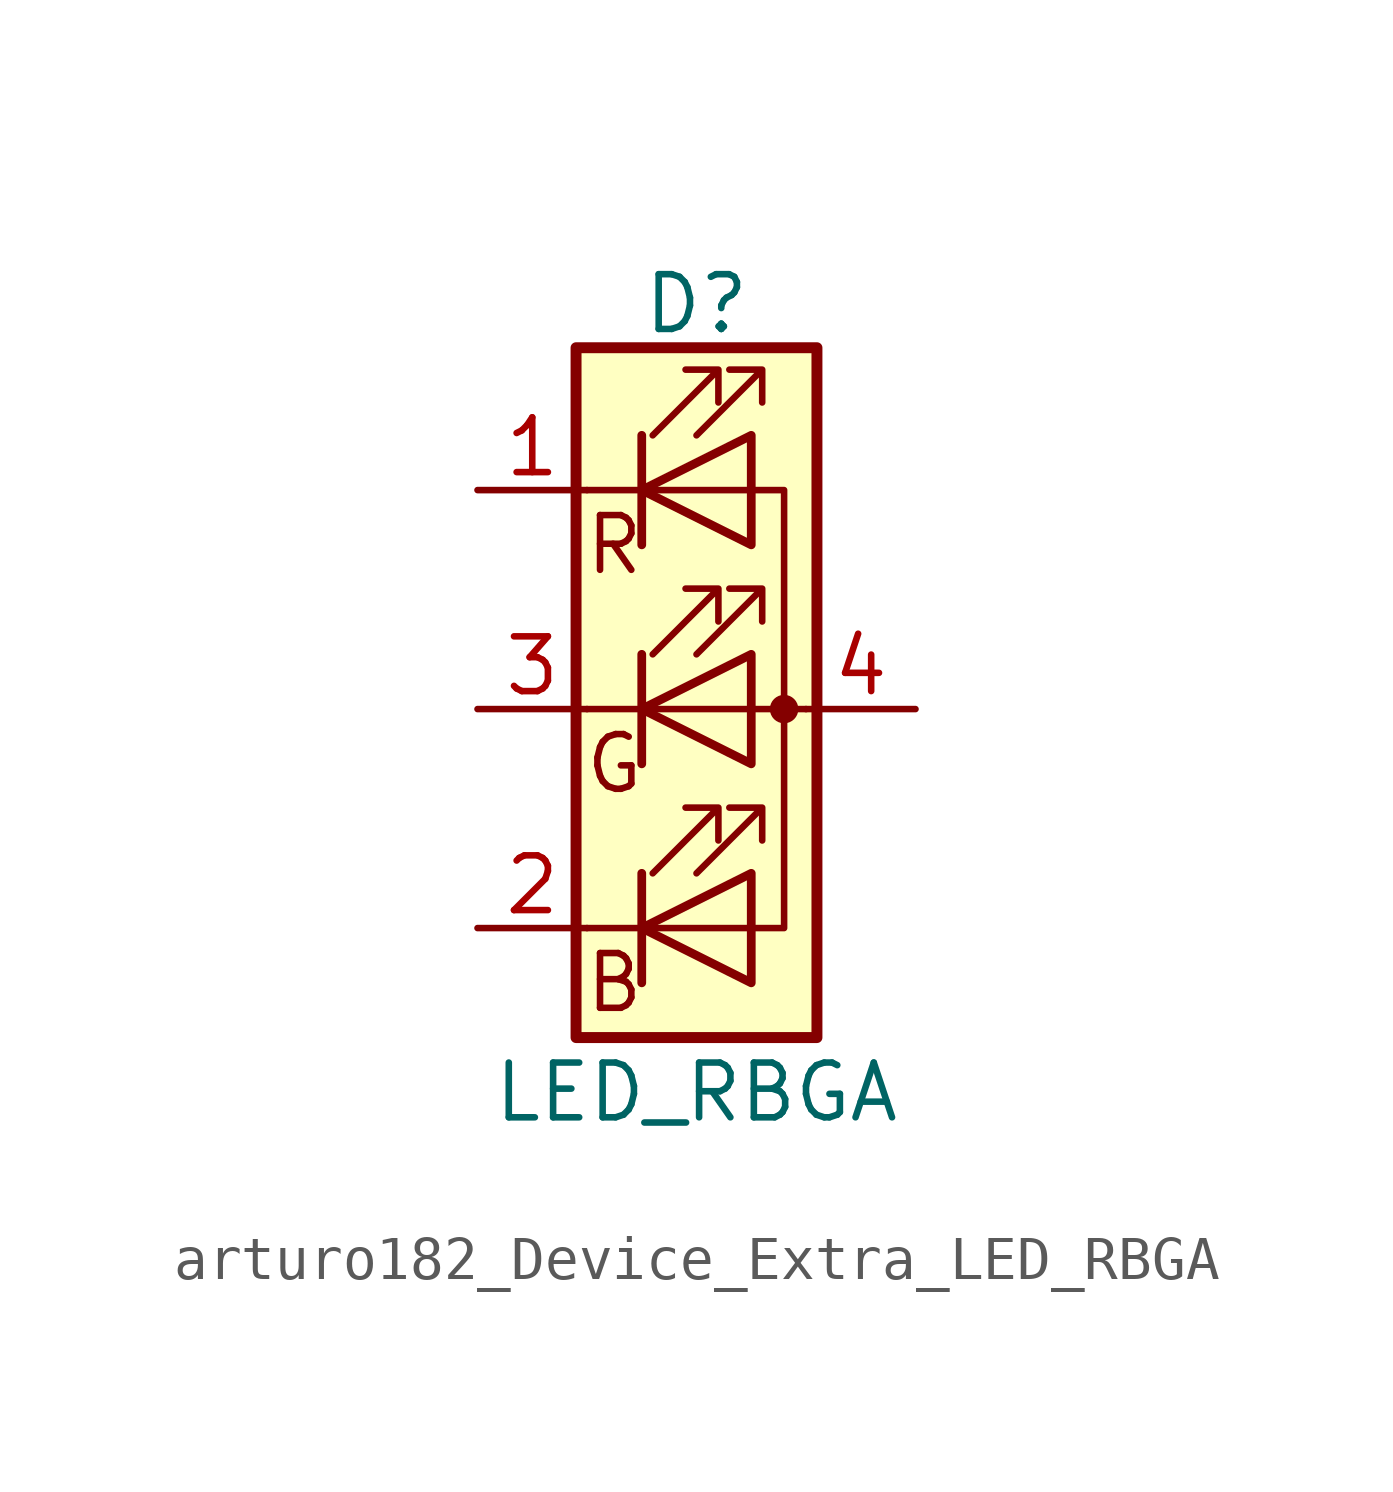
<source format=kicad_sym>
(kicad_symbol_lib
  (version 20220914)
  (generator kicad_symbol_editor)
  (symbol "arturo182_Device_Extra_LED_RBGA"
    (pin_names
      (offset 0) hide)
    (property "Reference" "D"
      (at 0 9.398 0)
      (effects (font (size 1.27 1.27))))
    (property "Value" "LED_RBGA"
      (at 0 -8.89 0)
      (effects (font (size 1.27 1.27))))
    (symbol "arturo182_Device_Extra_LED_RBGA_0_0"
      (text "B" (at -1.905 -6.35 0) (effects (font (size 1.27 1.27))))
      (text "G" (at -1.905 -1.27 0) (effects (font (size 1.27 1.27))))
      (text "R" (at -1.905 3.81 0) (effects (font (size 1.27 1.27)))))
    (symbol "arturo182_Device_Extra_LED_RBGA_0_1"
      (polyline (pts (xy -1.27 -5.08) (xy -2.54 -5.08)) (stroke (width 0) (type default)) (fill (type none)))
      (polyline (pts (xy -1.27 -5.08) (xy 1.27 -5.08)) (stroke (width 0) (type default)) (fill (type none)))
      (polyline (pts (xy -1.27 -3.81) (xy -1.27 -6.35)) (stroke (width 0) (type default)) (fill (type none)))
      (polyline (pts (xy -1.27 -3.81) (xy -1.27 -6.35)) (stroke (width 0.203) (type default)) (fill (type none)))
      (polyline (pts (xy -1.27 0) (xy -2.54 0)) (stroke (width 0) (type default)) (fill (type none)))
      (polyline (pts (xy -1.27 0) (xy 1.27 0)) (stroke (width 0) (type default)) (fill (type none)))
      (polyline (pts (xy -1.27 1.27) (xy -1.27 -1.27)) (stroke (width 0.203) (type default)) (fill (type none)))
      (polyline (pts (xy -1.27 5.08) (xy -2.54 5.08)) (stroke (width 0) (type default)) (fill (type none)))
      (polyline (pts (xy -1.27 6.35) (xy -1.27 3.81)) (stroke (width 0.203) (type default)) (fill (type none)))
      (polyline (pts (xy 1.27 0) (xy 2.54 0)) (stroke (width 0) (type default)) (fill (type none)))
      (polyline (pts (xy 1.27 5.08) (xy -1.27 5.08)) (stroke (width 0) (type default)) (fill (type none)))
      (polyline (pts (xy -1.27 1.27) (xy -1.27 -1.27) (xy -1.27 -1.27)) (stroke (width 0) (type default)) (fill (type none)))
      (polyline (pts (xy -1.27 6.35) (xy -1.27 3.81) (xy -1.27 3.81)) (stroke (width 0) (type default)) (fill (type none)))
      (polyline (pts (xy 1.27 -5.08) (xy 2.032 -5.08) (xy 2.032 5.08) (xy 1.27 5.08)) (stroke (width 0) (type default)) (fill (type none)))
      (polyline (pts (xy 1.27 -3.81) (xy 1.27 -6.35) (xy -1.27 -5.08) (xy 1.27 -3.81)) (stroke (width 0.203) (type default)) (fill (type none)))
      (polyline (pts (xy 1.27 1.27) (xy 1.27 -1.27) (xy -1.27 0) (xy 1.27 1.27)) (stroke (width 0.203) (type default)) (fill (type none)))
      (polyline (pts (xy 1.27 6.35) (xy 1.27 3.81) (xy -1.27 5.08) (xy 1.27 6.35)) (stroke (width 0.203) (type default)) (fill (type none)))
      (polyline (pts (xy -1.016 -3.81) (xy 0.508 -2.286) (xy -0.254 -2.286) (xy 0.508 -2.286) (xy 0.508 -3.048)) (stroke (width 0) (type default)) (fill (type none)))
      (polyline (pts (xy -1.016 1.27) (xy 0.508 2.794) (xy -0.254 2.794) (xy 0.508 2.794) (xy 0.508 2.032)) (stroke (width 0) (type default)) (fill (type none)))
      (polyline (pts (xy -1.016 6.35) (xy 0.508 7.874) (xy -0.254 7.874) (xy 0.508 7.874) (xy 0.508 7.112)) (stroke (width 0) (type default)) (fill (type none)))
      (polyline (pts (xy 0 -3.81) (xy 1.524 -2.286) (xy 0.762 -2.286) (xy 1.524 -2.286) (xy 1.524 -3.048)) (stroke (width 0) (type default)) (fill (type none)))
      (polyline (pts (xy 0 1.27) (xy 1.524 2.794) (xy 0.762 2.794) (xy 1.524 2.794) (xy 1.524 2.032)) (stroke (width 0) (type default)) (fill (type none)))
      (polyline (pts (xy 0 6.35) (xy 1.524 7.874) (xy 0.762 7.874) (xy 1.524 7.874) (xy 1.524 7.112)) (stroke (width 0) (type default)) (fill (type none)))
      (rectangle (start 1.27 -1.27) (end 1.27 1.27) (stroke (width 0) (type default)) (fill (type none)))
      (rectangle (start 1.27 1.27) (end 1.27 1.27) (stroke (width 0) (type default)) (fill (type none)))
      (rectangle (start 1.27 3.81) (end 1.27 6.35) (stroke (width 0) (type default)) (fill (type none)))
      (rectangle (start 1.27 6.35) (end 1.27 6.35) (stroke (width 0) (type default)) (fill (type none)))
      (circle (center 2.032 0) (radius 0.254) (stroke (width 0) (type default)) (fill (type outline)))
      (rectangle (start 2.794 8.382) (end -2.794 -7.62) (stroke (width 0.254) (type default)) (fill (type background))))
    (symbol "arturo182_Device_Extra_LED_RBGA_1_1"
      (pin passive line (at -5.08 5.08 0) (length 2.54) (name "RK" (effects (font (size 1.27 1.27)))) (number "1" (effects (font (size 1.27 1.27)))))
      (pin passive line (at -5.08 -5.08 0) (length 2.54) (name "BK" (effects (font (size 1.27 1.27)))) (number "2" (effects (font (size 1.27 1.27)))))
      (pin passive line (at -5.08 0 0) (length 2.54) (name "GK" (effects (font (size 1.27 1.27)))) (number "3" (effects (font (size 1.27 1.27)))))
      (pin passive line (at 5.08 0 180) (length 2.54) (name "A" (effects (font (size 1.27 1.27)))) (number "4" (effects (font (size 1.27 1.27))))))))
</source>
